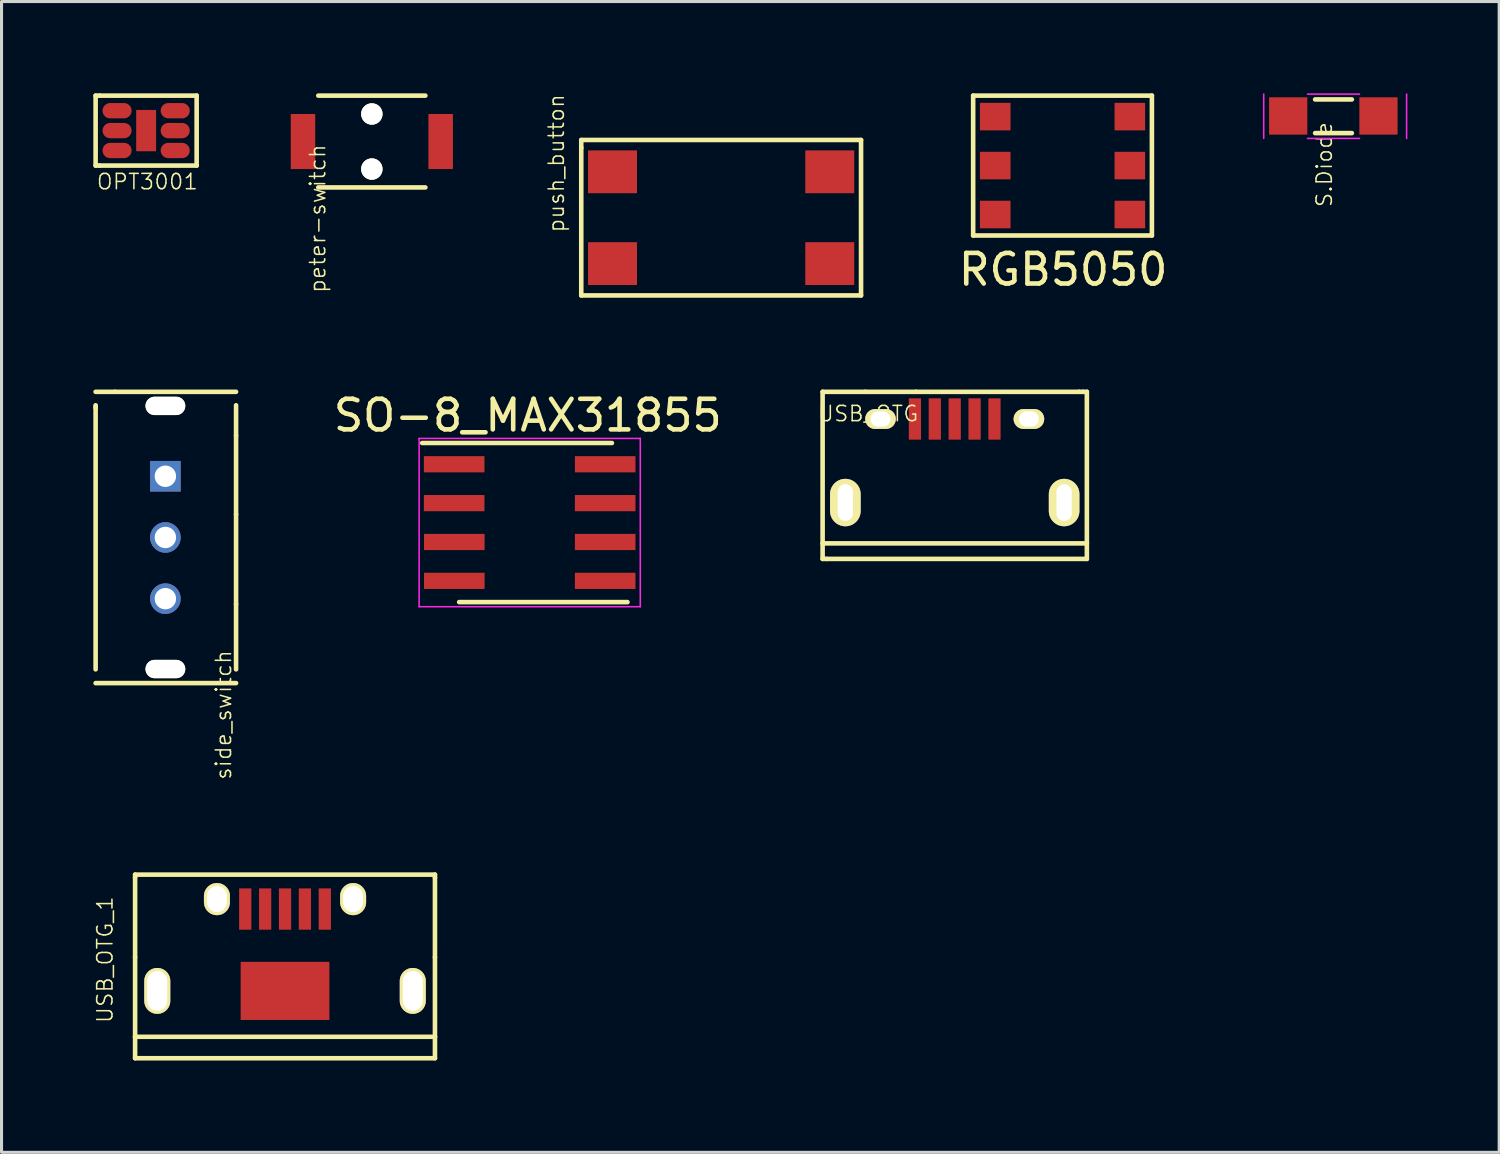
<source format=kicad_pcb>
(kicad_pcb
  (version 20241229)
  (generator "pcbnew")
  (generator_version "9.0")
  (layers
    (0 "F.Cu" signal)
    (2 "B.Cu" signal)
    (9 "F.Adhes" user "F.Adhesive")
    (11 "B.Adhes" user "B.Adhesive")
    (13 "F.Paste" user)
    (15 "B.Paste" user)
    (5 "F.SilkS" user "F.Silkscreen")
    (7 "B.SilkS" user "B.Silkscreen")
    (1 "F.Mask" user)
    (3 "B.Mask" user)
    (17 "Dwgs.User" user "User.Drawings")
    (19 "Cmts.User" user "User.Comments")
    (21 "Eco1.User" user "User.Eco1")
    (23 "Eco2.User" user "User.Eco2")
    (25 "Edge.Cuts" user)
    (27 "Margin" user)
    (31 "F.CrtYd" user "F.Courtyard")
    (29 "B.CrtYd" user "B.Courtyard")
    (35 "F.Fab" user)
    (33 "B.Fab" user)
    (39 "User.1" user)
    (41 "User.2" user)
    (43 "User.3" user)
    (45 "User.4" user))
  (footprint "SO-8_MAX31855"
    (layer "F.Cu")
    (at 14.198 14.028)
    (property "Reference" "SO-8_MAX31855" (at 0 -3.5 0) (layer "F.SilkS") (effects (font (size 1 1) (thickness 0.15))))
    (attr smd)
    (fp_line (start -3.45 -2.6) (end 2.75 -2.6) (stroke (width 0.15) (type solid)) (layer "F.SilkS"))
    (fp_line (start -2.242 2.6) (end 3.258 2.6) (stroke (width 0.15) (type solid)) (layer "F.SilkS"))
    (fp_line (start -3.55 -2.75) (end -3.55 2.75) (stroke (width 0.05) (type solid)) (layer "F.CrtYd"))
    (fp_line (start -3.55 -2.75) (end 3.677 -2.75) (stroke (width 0.05) (type solid)) (layer "F.CrtYd"))
    (fp_line (start -3.55 2.75) (end 3.677 2.75) (stroke (width 0.05) (type solid)) (layer "F.CrtYd"))
    (fp_line (start 3.677 -2.75) (end 3.677 2.75) (stroke (width 0.05) (type solid)) (layer "F.CrtYd"))
    (pad "1" smd rect (at -2.405 -1.905) (size 1.98 0.53) (layers "F.Cu" "F.Mask" "F.Paste"))
    (pad "2" smd rect (at -2.405 -0.635) (size 1.98 0.53) (layers "F.Cu" "F.Mask" "F.Paste"))
    (pad "3" smd rect (at -2.401 0.635) (size 1.98 0.53) (layers "F.Cu" "F.Mask" "F.Paste"))
    (pad "4" smd rect (at -2.401 1.905) (size 1.98 0.53) (layers "F.Cu" "F.Mask" "F.Paste"))
    (pad "5" smd rect (at 2.53 1.905) (size 1.98 0.53) (layers "F.Cu" "F.Mask" "F.Paste"))
    (pad "6" smd rect (at 2.53 0.635) (size 1.98 0.53) (layers "F.Cu" "F.Mask" "F.Paste"))
    (pad "7" smd rect (at 2.53 -0.635) (size 1.98 0.53) (layers "F.Cu" "F.Mask" "F.Paste"))
    (pad "8" smd rect (at 2.53 -1.905) (size 1.98 0.53) (layers "F.Cu" "F.Mask" "F.Paste")))
  (footprint "RGB5050"
    (layer "F.Cu")
    (at 31.675 2.361)
    (property "Reference" "RGB5050" (at 0.02 3.4 0) (layer "F.SilkS") (effects (font (size 1 1) (thickness 0.15))))
    (attr through_hole)
    (fp_line (start -2.921 -2.286) (end -2.921 2.286) (stroke (width 0.15) (type solid)) (layer "F.SilkS"))
    (fp_line (start -2.921 2.286) (end 2.921 2.286) (stroke (width 0.15) (type solid)) (layer "F.SilkS"))
    (fp_line (start 2.921 -2.286) (end -2.921 -2.286) (stroke (width 0.15) (type solid)) (layer "F.SilkS"))
    (fp_line (start 2.921 2.286) (end 2.921 -2.286) (stroke (width 0.15) (type solid)) (layer "F.SilkS"))
    (pad "1" smd rect (at -2.2 -1.6) (size 1 0.9) (layers "F.Cu" "F.Mask" "F.Paste"))
    (pad "2" smd rect (at -2.2 0) (size 1 0.9) (layers "F.Cu" "F.Mask" "F.Paste"))
    (pad "3" smd rect (at -2.2 1.6) (size 1 0.9) (layers "F.Cu" "F.Mask" "F.Paste"))
    (pad "4" smd rect (at 2.2 1.6) (size 1 0.9) (layers "F.Cu" "F.Mask" "F.Paste"))
    (pad "5" smd rect (at 2.2 0) (size 1 0.9) (layers "F.Cu" "F.Mask" "F.Paste"))
    (pad "6" smd rect (at 2.2 -1.6) (size 1 0.9) (layers "F.Cu" "F.Mask" "F.Paste")))
  (footprint "push_button"
    (layer "F.Cu")
    (at 20.518 4.065)
    (property "Reference" "push_button" (at -5.386 -1.778 90) (layer "F.SilkS") (effects (font (size 0.5 0.5) (thickness 0.05))))
    (attr through_hole)
    (fp_line (start -4.572 -2.54) (end 4.572 -2.54) (stroke (width 0.15) (type solid)) (layer "F.SilkS"))
    (fp_line (start -4.572 -2.286) (end -4.572 -2.54) (stroke (width 0.15) (type solid)) (layer "F.SilkS"))
    (fp_line (start -4.572 2.54) (end -4.572 -2.286) (stroke (width 0.15) (type solid)) (layer "F.SilkS"))
    (fp_line (start -4.572 2.54) (end 4.572 2.54) (stroke (width 0.15) (type solid)) (layer "F.SilkS"))
    (fp_line (start 4.572 -2.54) (end 4.572 2.54) (stroke (width 0.15) (type solid)) (layer "F.SilkS"))
    (pad "1" smd rect (at -3.55 1.5) (size 1.6 1.4) (layers "F.Cu" "F.Mask" "F.Paste"))
    (pad "1" smd rect (at 3.55 1.5) (size 1.6 1.4) (layers "F.Cu" "F.Mask" "F.Paste"))
    (pad "2" smd rect (at -3.55 -1.5) (size 1.6 1.4) (layers "F.Cu" "F.Mask" "F.Paste"))
    (pad "2" smd rect (at 3.55 -1.5) (size 1.6 1.4) (layers "F.Cu" "F.Mask" "F.Paste")))
  (footprint "USB_OTG_1"
    (layer "F.Cu")
    (at 6.265 28.234)
    (property "Reference" "USB_OTG_1" (at -5.885 0.08 90) (layer "F.SilkS") (effects (font (size 0.5 0.5) (thickness 0.05))))
    (attr smd)
    (fp_line (start -4.9 -2.7) (end -4.9 -2.6) (stroke (width 0.15) (type solid)) (layer "F.SilkS"))
    (fp_line (start -4.9 -2.7) (end 4.9 -2.7) (stroke (width 0.15) (type solid)) (layer "F.SilkS"))
    (fp_line (start -4.9 0) (end -4.9 -2.6) (stroke (width 0.15) (type solid)) (layer "F.SilkS"))
    (fp_line (start -4.9 0) (end -4.9 2.6) (stroke (width 0.15) (type solid)) (layer "F.SilkS"))
    (fp_line (start -4.9 2.6) (end -4.9 3.3) (stroke (width 0.15) (type solid)) (layer "F.SilkS"))
    (fp_line (start -4.9 2.6) (end 4.9 2.6) (stroke (width 0.15) (type solid)) (layer "F.SilkS"))
    (fp_line (start -4.9 3.3) (end 4.9 3.3) (stroke (width 0.15) (type solid)) (layer "F.SilkS"))
    (fp_line (start 4.9 -2.7) (end 4.9 -2.6) (stroke (width 0.15) (type solid)) (layer "F.SilkS"))
    (fp_line (start 4.9 0) (end 4.9 -2.6) (stroke (width 0.15) (type solid)) (layer "F.SilkS"))
    (fp_line (start 4.9 0) (end 4.9 2.6) (stroke (width 0.15) (type solid)) (layer "F.SilkS"))
    (fp_line (start 4.9 3.3) (end 4.9 2.6) (stroke (width 0.15) (type solid)) (layer "F.SilkS"))
    (pad "" np_thru_hole oval (at -4.175 1.1 90) (size 1.5 0.85) (drill oval 1.3 0.65) (layers "*.Cu" "*.Mask" "F.SilkS"))
    (pad "" np_thru_hole oval (at -2.225 -1.9 90) (size 1.05 0.85) (drill oval 0.85 0.65) (layers "*.Cu" "*.Mask" "F.SilkS"))
    (pad "" np_thru_hole oval (at 2.225 -1.9 90) (size 1.05 0.85) (drill oval 0.85 0.65) (layers "*.Cu" "*.Mask" "F.SilkS"))
    (pad "" np_thru_hole oval (at 4.175 1.1 90) (size 1.5 0.85) (drill oval 1.3 0.65) (layers "*.Cu" "*.Mask" "F.SilkS"))
    (pad "1" smd rect (at 1.3 -1.575 90) (size 1.35 0.4) (layers "F.Cu" "F.Mask" "F.Paste"))
    (pad "2" smd rect (at 0.65 -1.575 90) (size 1.35 0.4) (layers "F.Cu" "F.Mask" "F.Paste"))
    (pad "3" smd rect (at 0 -1.575 90) (size 1.35 0.4) (layers "F.Cu" "F.Mask" "F.Paste"))
    (pad "4" smd rect (at -0.65 -1.575 90) (size 1.35 0.4) (layers "F.Cu" "F.Mask" "F.Paste"))
    (pad "5" smd rect (at -1.3 -1.575 90) (size 1.35 0.4) (layers "F.Cu" "F.Mask" "F.Paste"))
    (pad "6" smd rect (at 0 1.1 90) (size 1.9 2.9) (layers "F.Cu" "F.Mask" "F.Paste")))
  (footprint "side_switch"
    (layer "F.Cu")
    (at 2.355 11.975)
    (property "Reference" "side_switch" (at 1.9 8.34 90) (layer "F.SilkS") (effects (font (size 0.5 0.5) (thickness 0.05))))
    (attr through_hole)
    (fp_line (start -2.28 -1.78) (end -2.28 -1.69) (stroke (width 0.15) (type solid)) (layer "F.SilkS"))
    (fp_line (start -2.28 -1.75) (end -2.28 6.85) (stroke (width 0.15) (type solid)) (layer "F.SilkS"))
    (fp_line (start -2.28 7.3) (end 2.31 7.3) (stroke (width 0.15) (type solid)) (layer "F.SilkS"))
    (fp_line (start -1.65 -2.22) (end -2.28 -2.22) (stroke (width 0.15) (type solid)) (layer "F.SilkS"))
    (fp_line (start 2.31 -2.22) (end -1.64 -2.22) (stroke (width 0.15) (type solid)) (layer "F.SilkS"))
    (fp_line (start 2.31 -0.79) (end 2.31 -1.78) (stroke (width 0.15) (type solid)) (layer "F.SilkS"))
    (fp_line (start 2.31 1.78) (end 2.31 -0.79) (stroke (width 0.15) (type solid)) (layer "F.SilkS"))
    (fp_line (start 2.31 4.72) (end 2.31 1.78) (stroke (width 0.15) (type solid)) (layer "F.SilkS"))
    (fp_line (start 2.31 6.85) (end 2.31 4.72) (stroke (width 0.15) (type solid)) (layer "F.SilkS"))
    (pad "" np_thru_hole oval (at 0 -1.76) (size 1.3 0.6) (drill oval 1.3 0.6) (layers "*.Cu" "*.Mask" "F.SilkS"))
    (pad "" np_thru_hole oval (at 0 6.84) (size 1.3 0.6) (drill oval 1.3 0.6) (layers "*.Cu" "*.Mask" "F.SilkS"))
    (pad "1" thru_hole rect (at 0 0.54) (size 1 1) (drill 0.7) (layers "*.Cu" "*.Mask"))
    (pad "2" thru_hole circle (at 0 2.54) (size 1 1) (drill 0.7) (layers "*.Cu" "*.Mask"))
    (pad "3" thru_hole circle (at 0 4.54) (size 1 1) (drill 0.7) (layers "*.Cu" "*.Mask")))
  (footprint "peter-switch"
    (layer "F.Cu")
    (at 9.102 1.575)
    (property "Reference" "peter-switch" (at -1.77 2.52 90) (layer "F.SilkS") (effects (font (size 0.5 0.5) (thickness 0.05))))
    (attr through_hole)
    (fp_line (start -1.75 -1.5) (end 1.75 -1.5) (stroke (width 0.15) (type solid)) (layer "F.SilkS"))
    (fp_line (start -1.75 1.5) (end 1.75 1.5) (stroke (width 0.15) (type solid)) (layer "F.SilkS"))
    (pad "" np_thru_hole circle (at 0 -0.9) (size 0.7 0.7) (drill 0.7) (layers "*.Cu" "*.Mask" "F.SilkS"))
    (pad "" np_thru_hole circle (at 0 0.9) (size 0.7 0.7) (drill 0.7) (layers "*.Cu" "*.Mask" "F.SilkS"))
    (pad "1" smd rect (at -2.25 0) (size 0.8 1.8) (layers "F.Cu" "F.Mask" "F.Paste"))
    (pad "2" smd rect (at 2.25 0) (size 0.8 1.8) (layers "F.Cu" "F.Mask" "F.Paste")))
  (footprint "OPT3001"
    (layer "F.Cu")
    (at 1.726 1.218)
    (property "Reference" "OPT3001" (at 0.04 1.67 0) (layer "F.SilkS") (effects (font (size 0.5 0.5) (thickness 0.05))))
    (attr through_hole)
    (fp_line (start -1.651 -1.143) (end -1.524 -1.143) (stroke (width 0.15) (type solid)) (layer "F.SilkS"))
    (fp_line (start -1.651 1.143) (end -1.651 -1.143) (stroke (width 0.15) (type solid)) (layer "F.SilkS"))
    (fp_line (start -1.524 -1.143) (end 1.651 -1.143) (stroke (width 0.15) (type solid)) (layer "F.SilkS"))
    (fp_line (start -1.524 1.143) (end -1.651 1.143) (stroke (width 0.15) (type solid)) (layer "F.SilkS"))
    (fp_line (start 1.651 -1.143) (end 1.651 1.143) (stroke (width 0.15) (type solid)) (layer "F.SilkS"))
    (fp_line (start 1.651 1.143) (end -1.524 1.143) (stroke (width 0.15) (type solid)) (layer "F.SilkS"))
    (pad "1" smd oval (at -0.95 -0.65) (size 0.95 0.5) (layers "F.Cu" "F.Mask" "F.Paste"))
    (pad "2" smd oval (at -0.95 0) (size 0.95 0.5) (layers "F.Cu" "F.Mask" "F.Paste"))
    (pad "3" smd oval (at -0.95 0.65) (size 0.95 0.5) (layers "F.Cu" "F.Mask" "F.Paste"))
    (pad "4" smd oval (at 0.95 0.65) (size 0.95 0.5) (layers "F.Cu" "F.Mask" "F.Paste"))
    (pad "5" smd oval (at 0.95 0) (size 0.95 0.5) (layers "F.Cu" "F.Mask" "F.Paste"))
    (pad "6" smd oval (at 0.95 -0.65) (size 0.95 0.5) (layers "F.Cu" "F.Mask" "F.Paste"))
    (pad "7" smd rect (at 0 0) (size 0.65 1.35) (layers "F.Cu" "F.Mask" "F.Paste")))
  (footprint "USB_OTG"
    (layer "F.Cu")
    (at 28.152 10.644)
    (property "Reference" "USB_OTG" (at -2.828 -0.175 180) (layer "F.SilkS") (effects (font (size 0.5 0.5) (thickness 0.05))))
    (attr smd)
    (fp_line (start -4.318 -0.889) (end -2.921 -0.889) (stroke (width 0.15) (type solid)) (layer "F.SilkS"))
    (fp_line (start -4.318 4.064) (end 4.318 4.064) (stroke (width 0.15) (type solid)) (layer "F.SilkS"))
    (fp_line (start -4.318 4.572) (end -4.318 -0.889) (stroke (width 0.15) (type solid)) (layer "F.SilkS"))
    (fp_line (start -4.191 4.572) (end -4.318 4.572) (stroke (width 0.15) (type solid)) (layer "F.SilkS"))
    (fp_line (start -1.27 -0.889) (end -2.921 -0.889) (stroke (width 0.15) (type solid)) (layer "F.SilkS"))
    (fp_line (start -1.27 -0.889) (end 4.064 -0.889) (stroke (width 0.15) (type solid)) (layer "F.SilkS"))
    (fp_line (start 4.064 -0.889) (end 4.191 -0.889) (stroke (width 0.15) (type solid)) (layer "F.SilkS"))
    (fp_line (start 4.191 -0.889) (end 4.318 -0.889) (stroke (width 0.15) (type solid)) (layer "F.SilkS"))
    (fp_line (start 4.318 -0.889) (end 4.318 4.572) (stroke (width 0.15) (type solid)) (layer "F.SilkS"))
    (fp_line (start 4.318 4.572) (end -4.191 4.572) (stroke (width 0.15) (type solid)) (layer "F.SilkS"))
    (pad "1" smd rect (at -1.301 -0.001 90) (size 1.35 0.4) (layers "F.Cu" "F.Mask" "F.Paste"))
    (pad "2" smd rect (at -0.651 -0.001 90) (size 1.35 0.4) (layers "F.Cu" "F.Mask" "F.Paste"))
    (pad "3" smd rect (at -0.001 -0.001 90) (size 1.35 0.4) (layers "F.Cu" "F.Mask" "F.Paste"))
    (pad "4" smd rect (at 0.649 -0.001 90) (size 1.35 0.4) (layers "F.Cu" "F.Mask" "F.Paste"))
    (pad "5" smd rect (at 1.299 -0.001 90) (size 1.35 0.4) (layers "F.Cu" "F.Mask" "F.Paste"))
    (pad "6" thru_hole oval (at -3.575 2.73 90) (size 1.55 1) (drill oval 1.2 0.5) (layers "*.Cu" "*.Mask" "F.SilkS"))
    (pad "6" thru_hole oval (at -2.426 -0.001 90) (size 0.65 1) (drill oval 0.5 0.65) (layers "*.Cu" "*.Mask" "F.SilkS"))
    (pad "6" thru_hole oval (at 2.424 -0.001 90) (size 0.65 1) (drill oval 0.5 0.65) (layers "*.Cu" "*.Mask" "F.SilkS"))
    (pad "6" thru_hole oval (at 3.575 2.73 90) (size 1.55 1) (drill oval 1.2 0.5) (layers "*.Cu" "*.Mask" "F.SilkS")))
  (footprint "S.Diode"
    (layer "F.Cu")
    (at 40.53 0.75)
    (property "Reference" "S.Diode" (at -0.3 1.58 90) (layer "F.SilkS") (effects (font (size 0.5 0.5) (thickness 0.05))))
    (attr smd)
    (fp_line (start -0.6 -0.55) (end 0.6 -0.55) (stroke (width 0.15) (type solid)) (layer "F.SilkS"))
    (fp_line (start -0.6 0.55) (end 0.6 0.55) (stroke (width 0.15) (type solid)) (layer "F.SilkS"))
    (fp_line (start -2.28 -0.725) (end -2.28 0.725) (stroke (width 0.05) (type solid)) (layer "F.CrtYd"))
    (fp_line (start -0.85 0.725) (end 0.85 0.725) (stroke (width 0.05) (type solid)) (layer "F.CrtYd"))
    (fp_line (start 0.85 -0.725) (end -0.85 -0.725) (stroke (width 0.05) (type solid)) (layer "F.CrtYd"))
    (fp_line (start 2.39 0.725) (end 2.39 -0.725) (stroke (width 0.05) (type solid)) (layer "F.CrtYd"))
    (pad "1" smd rect (at -1.48 -0.01 180) (size 1.25 1.22) (layers "F.Cu" "F.Mask" "F.Paste"))
    (pad "2" smd rect (at 1.47 -0.01 180) (size 1.25 1.22) (layers "F.Cu" "F.Mask" "F.Paste")))
  (gr_rect
    (start -3 -3)
    (end 45.945 34.609)
    (stroke (width 0.1) (type default))
    (fill no)
    (layer "Edge.Cuts")))
</source>
